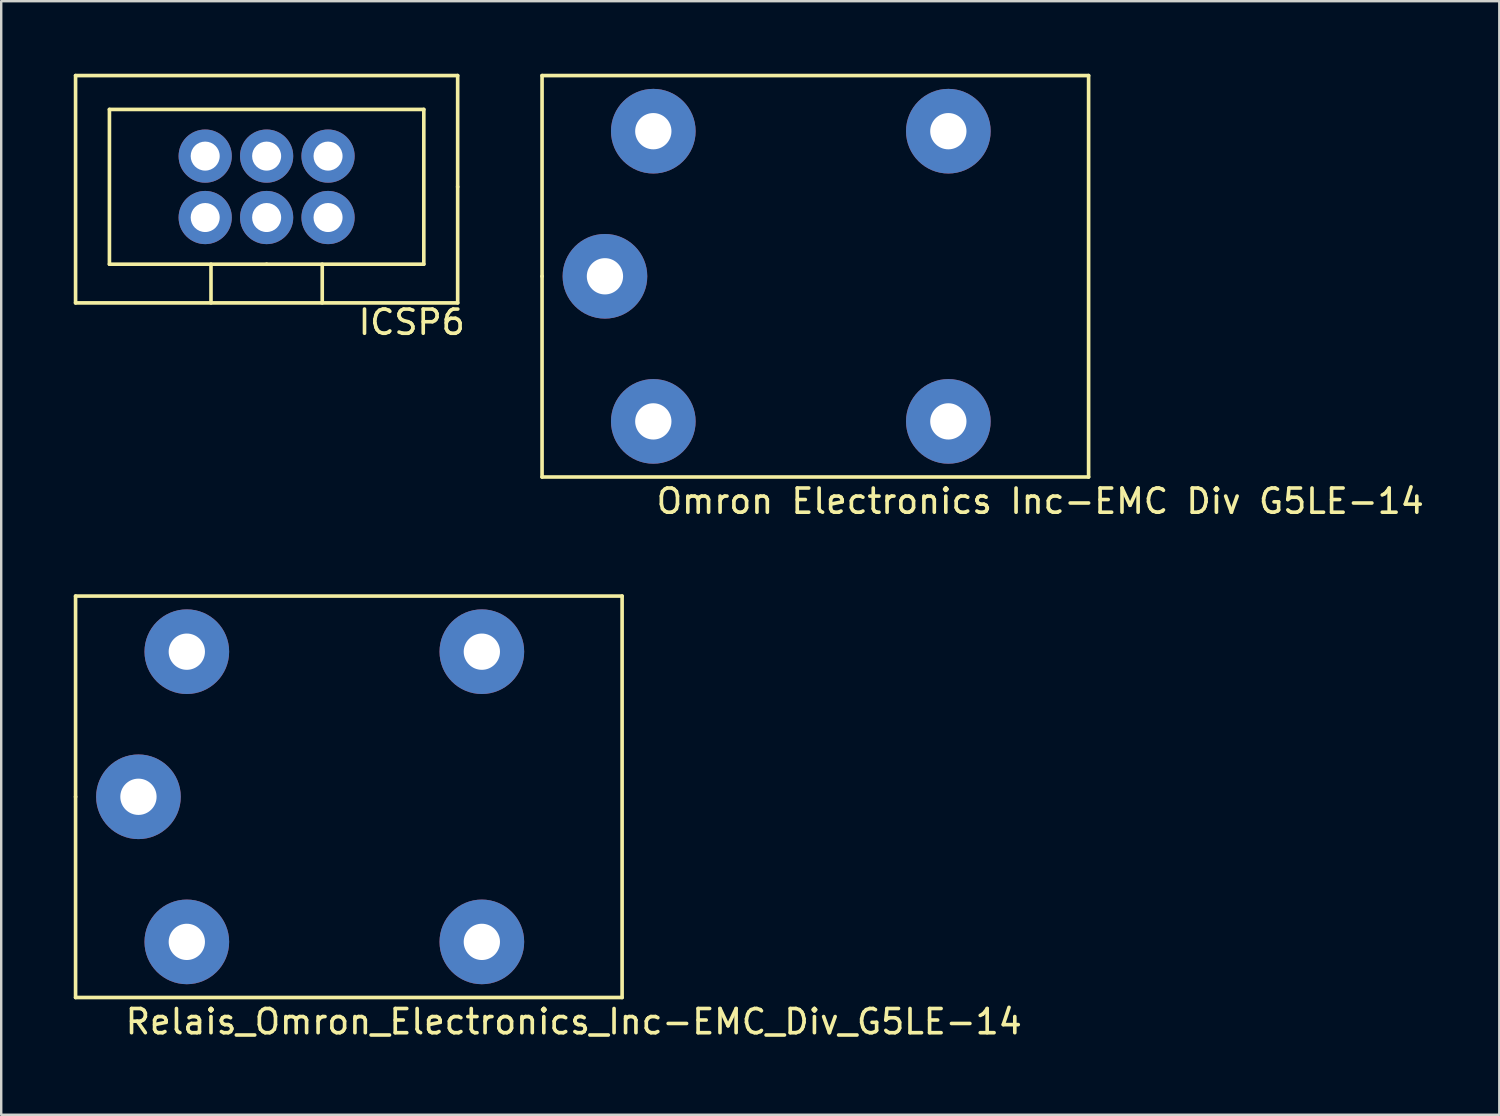
<source format=kicad_pcb>
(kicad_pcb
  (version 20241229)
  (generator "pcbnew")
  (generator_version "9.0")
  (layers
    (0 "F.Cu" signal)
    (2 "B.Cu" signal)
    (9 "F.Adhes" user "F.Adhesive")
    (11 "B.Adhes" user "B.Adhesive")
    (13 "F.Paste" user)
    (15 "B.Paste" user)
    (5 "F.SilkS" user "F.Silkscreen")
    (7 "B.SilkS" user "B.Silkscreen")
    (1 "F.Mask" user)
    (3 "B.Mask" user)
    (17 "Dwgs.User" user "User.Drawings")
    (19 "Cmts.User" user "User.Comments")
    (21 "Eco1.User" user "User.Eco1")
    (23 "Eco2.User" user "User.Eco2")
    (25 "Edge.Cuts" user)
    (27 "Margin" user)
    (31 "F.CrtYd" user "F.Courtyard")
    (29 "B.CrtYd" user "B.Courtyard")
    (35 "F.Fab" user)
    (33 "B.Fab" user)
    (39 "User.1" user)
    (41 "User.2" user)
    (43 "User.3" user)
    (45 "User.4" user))
  (footprint "Omron Electronics Inc-EMC Div G5LE-14"
    (layer "F.Cu")
    (at 23.965 8.375)
    (property "Reference" "Omron Electronics Inc-EMC Div G5LE-14" (at 16 9.3 0) (layer "F.SilkS") (effects (font (size 1 1) (thickness 0.15))))
    (attr through_hole)
    (fp_line (start -4.6 -8.3) (end 18 -8.3) (stroke (width 0.15) (type solid)) (layer "F.SilkS"))
    (fp_line (start -4.6 0) (end -4.6 -8.3) (stroke (width 0.15) (type solid)) (layer "F.SilkS"))
    (fp_line (start -4.6 8.3) (end -4.6 0) (stroke (width 0.15) (type solid)) (layer "F.SilkS"))
    (fp_line (start 18 -8.3) (end 18 8.3) (stroke (width 0.15) (type solid)) (layer "F.SilkS"))
    (fp_line (start 18 8.3) (end -4.6 8.3) (stroke (width 0.15) (type solid)) (layer "F.SilkS"))
    (pad "1" thru_hole circle (at -2 0) (size 3.5 3.5) (drill 1.5) (layers "*.Cu" "*.Mask"))
    (pad "2" thru_hole circle (at 0 -6) (size 3.5 3.5) (drill 1.5) (layers "*.Cu" "*.Mask"))
    (pad "3" thru_hole circle (at 12.2 -6) (size 3.5 3.5) (drill 1.5) (layers "*.Cu" "*.Mask"))
    (pad "4" thru_hole circle (at 12.2 6) (size 3.5 3.5) (drill 1.5) (layers "*.Cu" "*.Mask"))
    (pad "5" thru_hole circle (at 0 6) (size 3.5 3.5) (drill 1.5) (layers "*.Cu" "*.Mask")))
  (footprint "ICSP6"
    (layer "F.Cu")
    (at 7.975 4.675)
    (property "Reference" "ICSP6" (at 6 5.6 0) (layer "F.SilkS") (effects (font (size 1 1) (thickness 0.15))))
    (attr through_hole)
    (fp_line (start -7.9 -4.6) (end -7.9 4.8) (stroke (width 0.15) (type solid)) (layer "F.SilkS"))
    (fp_line (start -7.9 4.8) (end 7.9 4.8) (stroke (width 0.15) (type solid)) (layer "F.SilkS"))
    (fp_line (start -6.5 -3.2) (end -6.5 3.2) (stroke (width 0.15) (type solid)) (layer "F.SilkS"))
    (fp_line (start -6.5 3.2) (end 0 3.2) (stroke (width 0.15) (type solid)) (layer "F.SilkS"))
    (fp_line (start -2.3 4.8) (end -2.3 3.2) (stroke (width 0.15) (type solid)) (layer "F.SilkS"))
    (fp_line (start 0 3.2) (end 6.5 3.2) (stroke (width 0.15) (type solid)) (layer "F.SilkS"))
    (fp_line (start 2.3 3.2) (end 2.3 4.8) (stroke (width 0.15) (type solid)) (layer "F.SilkS"))
    (fp_line (start 6.5 -3.2) (end -6.5 -3.2) (stroke (width 0.15) (type solid)) (layer "F.SilkS"))
    (fp_line (start 6.5 3.2) (end 6.5 -3.2) (stroke (width 0.15) (type solid)) (layer "F.SilkS"))
    (fp_line (start 7.9 -4.6) (end -7.9 -4.6) (stroke (width 0.15) (type solid)) (layer "F.SilkS"))
    (fp_line (start 7.9 0) (end 7.9 -4.6) (stroke (width 0.15) (type solid)) (layer "F.SilkS"))
    (fp_line (start 7.9 4.8) (end 7.9 0) (stroke (width 0.15) (type solid)) (layer "F.SilkS"))
    (pad "1" thru_hole circle (at -2.54 1.27) (size 2.2 2.2) (drill 1.2) (layers "*.Cu" "*.Mask"))
    (pad "2" thru_hole circle (at -2.54 -1.27) (size 2.2 2.2) (drill 1.2) (layers "*.Cu" "*.Mask"))
    (pad "3" thru_hole circle (at 0 1.27) (size 2.2 2.2) (drill 1.2) (layers "*.Cu" "*.Mask"))
    (pad "4" thru_hole circle (at 0 -1.27) (size 2.2 2.2) (drill 1.2) (layers "*.Cu" "*.Mask"))
    (pad "5" thru_hole circle (at 2.54 1.27) (size 2.2 2.2) (drill 1.2) (layers "*.Cu" "*.Mask"))
    (pad "6" thru_hole circle (at 2.54 -1.27) (size 2.2 2.2) (drill 1.2) (layers "*.Cu" "*.Mask")))
  (footprint "Relais_Omron_Electronics_Inc-EMC_Div_G5LE-14"
    (layer "F.Cu")
    (at 4.675 29.898)
    (property "Reference" "Relais_Omron_Electronics_Inc-EMC_Div_G5LE-14" (at 16 9.3 0) (layer "F.SilkS") (effects (font (size 1 1) (thickness 0.15))))
    (attr through_hole)
    (fp_line (start -4.6 -8.3) (end 18 -8.3) (stroke (width 0.15) (type solid)) (layer "F.SilkS"))
    (fp_line (start -4.6 0) (end -4.6 -8.3) (stroke (width 0.15) (type solid)) (layer "F.SilkS"))
    (fp_line (start -4.6 8.3) (end -4.6 0) (stroke (width 0.15) (type solid)) (layer "F.SilkS"))
    (fp_line (start 18 -8.3) (end 18 8.3) (stroke (width 0.15) (type solid)) (layer "F.SilkS"))
    (fp_line (start 18 8.3) (end -4.6 8.3) (stroke (width 0.15) (type solid)) (layer "F.SilkS"))
    (pad "1" thru_hole circle (at -2 0) (size 3.5 3.5) (drill 1.5) (layers "*.Cu" "*.Mask"))
    (pad "2" thru_hole circle (at 0 -6) (size 3.5 3.5) (drill 1.5) (layers "*.Cu" "*.Mask"))
    (pad "3" thru_hole circle (at 12.2 -6) (size 3.5 3.5) (drill 1.5) (layers "*.Cu" "*.Mask"))
    (pad "4" thru_hole circle (at 12.2 6) (size 3.5 3.5) (drill 1.5) (layers "*.Cu" "*.Mask"))
    (pad "5" thru_hole circle (at 0 6) (size 3.5 3.5) (drill 1.5) (layers "*.Cu" "*.Mask")))
  (gr_rect
    (start -3 -3)
    (end 58.948 43.047)
    (stroke (width 0.1) (type default))
    (fill no)
    (layer "Edge.Cuts")))
</source>
